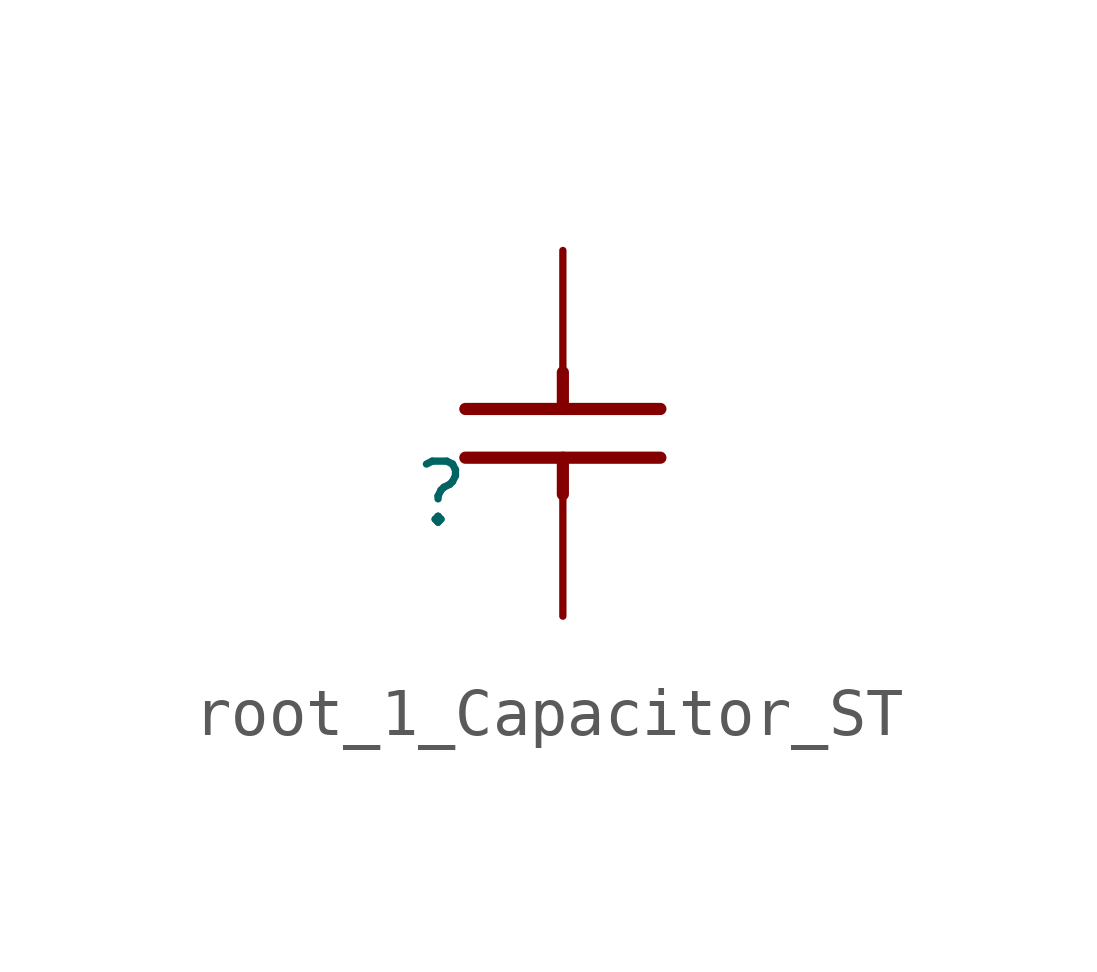
<source format=kicad_sym>
(kicad_symbol_lib
  (version 20231120)
  (generator "kicad_symbol_editor")
  (generator_version "8.0")
  (symbol "root_1_Capacitor_ST"
    (property "Reference" ""
      (at 0 0 0)
      (effects (font (size 1.27 1.27))))
    (property "Value" ""
      (at 0 0 0)
      (effects (font (size 1.27 1.27))))
    (symbol "root_1_Capacitor_ST_1_0"
      (polyline (pts (xy 0.508 1.778) (xy 4.572 1.778)) (stroke (width 0.254) (type solid)) (fill (type none)))
      (polyline (pts (xy 2.54 0) (xy 2.54 0.762)) (stroke (width 0.254) (type solid)) (fill (type none)))
      (polyline (pts (xy 2.54 2.54) (xy 2.54 1.778)) (stroke (width 0.254) (type solid)) (fill (type none)))
      (polyline (pts (xy 4.572 0.762) (xy 0.508 0.762)) (stroke (width 0.254) (type solid)) (fill (type none)))
      (pin passive line (at 2.54 -2.54 90) (length 2.54) (name "1" (effects (font (size 0 0)))) (number "1" (effects (font (size 0 0)))))
      (pin passive line (at 2.54 5.08 270) (length 2.54) (name "2" (effects (font (size 0 0)))) (number "2" (effects (font (size 0 0))))))))
</source>
